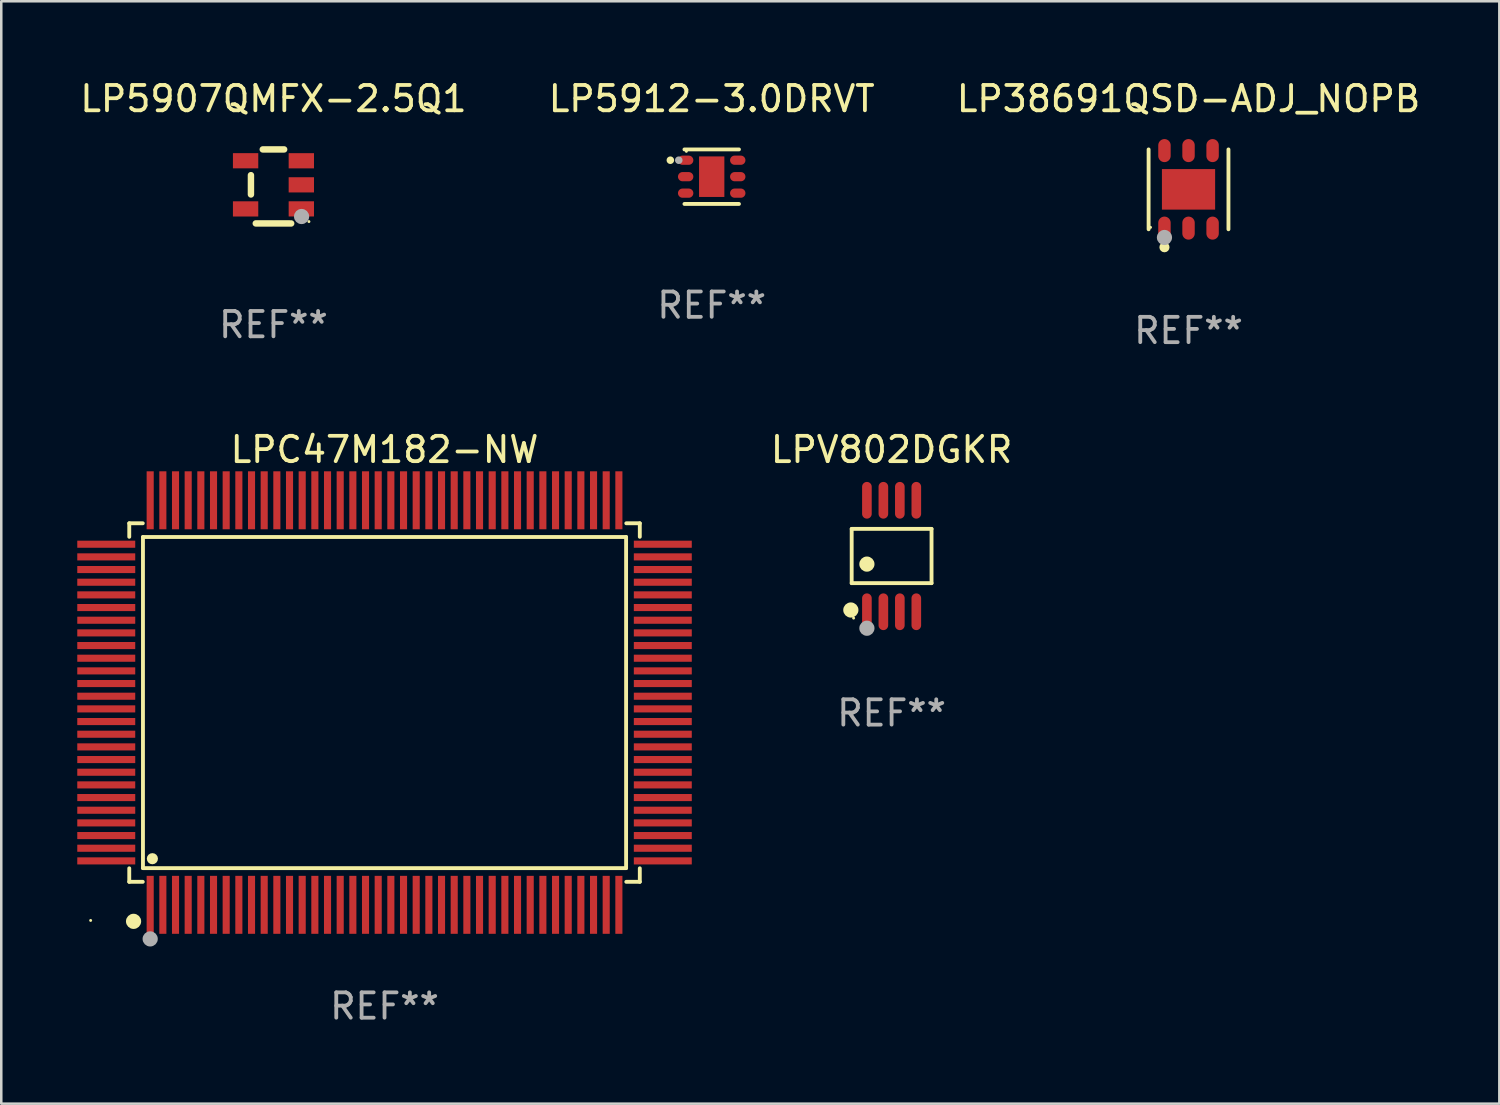
<source format=kicad_pcb>
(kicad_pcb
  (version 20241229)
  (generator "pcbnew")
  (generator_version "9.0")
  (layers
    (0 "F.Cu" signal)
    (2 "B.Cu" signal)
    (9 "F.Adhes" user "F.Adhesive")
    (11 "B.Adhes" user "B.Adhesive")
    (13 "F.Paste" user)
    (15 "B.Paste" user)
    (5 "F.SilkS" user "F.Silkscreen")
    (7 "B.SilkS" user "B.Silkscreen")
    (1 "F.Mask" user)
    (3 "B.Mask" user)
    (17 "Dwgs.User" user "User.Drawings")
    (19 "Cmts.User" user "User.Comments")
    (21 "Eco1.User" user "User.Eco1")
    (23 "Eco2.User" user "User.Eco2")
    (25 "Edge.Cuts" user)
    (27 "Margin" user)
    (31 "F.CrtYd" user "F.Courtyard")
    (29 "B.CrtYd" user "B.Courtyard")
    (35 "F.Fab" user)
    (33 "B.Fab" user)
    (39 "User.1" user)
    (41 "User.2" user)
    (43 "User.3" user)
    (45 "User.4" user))
  (footprint "LP38691QSD-ADJ_NOPB"
    (layer "F.Cu")
    (at 43.863 4.424)
    (property "Reference" "LP38691QSD-ADJ_NOPB" (at 0 -3.576 0) (layer "F.SilkS") (effects (font (size 1 1) (thickness 0.15))))
    (attr through_hole)
    (fp_line (start -1.576 1.576) (end -1.576 -1.576) (stroke (width 0.152) (type solid)) (layer "F.SilkS"))
    (fp_line (start 1.576 -1.576) (end 1.576 1.576) (stroke (width 0.152) (type solid)) (layer "F.SilkS"))
    (fp_circle (center -1.5 1.5) (end -1.47 1.5) (stroke (width 0.06) (type solid)) (fill no) (layer "F.SilkS"))
    (fp_circle (center -0.95 2.285) (end -0.85 2.285) (stroke (width 0.2) (type solid)) (fill no) (layer "F.SilkS"))
    (fp_circle (center -0.95 1.9) (end -0.8 1.9) (stroke (width 0.3) (type solid)) (fill no) (layer "F.Fab"))
    (fp_text user "REF**" (at 0 5.576 0) (layer "F.Fab") (effects (font (size 1 1) (thickness 0.15))))
    (pad "1" smd oval (at -0.95 1.53) (size 0.49 0.91) (layers "F.Cu" "F.Mask" "F.Paste"))
    (pad "2" smd oval (at 0 1.53) (size 0.49 0.91) (layers "F.Cu" "F.Mask" "F.Paste"))
    (pad "3" smd oval (at 0.95 1.53) (size 0.49 0.91) (layers "F.Cu" "F.Mask" "F.Paste"))
    (pad "4" smd oval (at 0.95 -1.53) (size 0.49 0.91) (layers "F.Cu" "F.Mask" "F.Paste"))
    (pad "5" smd oval (at 0 -1.53) (size 0.49 0.91) (layers "F.Cu" "F.Mask" "F.Paste"))
    (pad "6" smd oval (at -0.95 -1.53) (size 0.49 0.91) (layers "F.Cu" "F.Mask" "F.Paste"))
    (pad "7" smd rect (at 0 0) (size 2.1 1.6) (layers "F.Cu" "F.Mask" "F.Paste")))
  (footprint "LPV802DGKR"
    (layer "F.Cu")
    (at 32.143 18.897)
    (property "Reference" "LPV802DGKR" (at 0 -4.2 0) (layer "F.SilkS") (effects (font (size 1 1) (thickness 0.15))))
    (attr through_hole)
    (fp_line (start -1.576 -1.071) (end 1.576 -1.071) (stroke (width 0.152) (type solid)) (layer "F.SilkS"))
    (fp_line (start -1.576 1.071) (end -1.576 -1.071) (stroke (width 0.152) (type solid)) (layer "F.SilkS"))
    (fp_line (start 1.576 -1.071) (end 1.576 1.071) (stroke (width 0.152) (type solid)) (layer "F.SilkS"))
    (fp_line (start 1.576 1.071) (end -1.576 1.071) (stroke (width 0.152) (type solid)) (layer "F.SilkS"))
    (fp_circle (center -1.609 2.131) (end -1.459 2.131) (stroke (width 0.3) (type solid)) (fill no) (layer "F.SilkS"))
    (fp_circle (center -1.5 2.45) (end -1.47 2.45) (stroke (width 0.06) (type solid)) (fill no) (layer "F.SilkS"))
    (fp_circle (center -0.975 0.319) (end -0.825 0.319) (stroke (width 0.3) (type solid)) (fill no) (layer "F.SilkS"))
    (fp_circle (center -0.975 2.85) (end -0.825 2.85) (stroke (width 0.3) (type solid)) (fill no) (layer "F.Fab"))
    (fp_text user "REF**" (at 0 6.2 0) (layer "F.Fab") (effects (font (size 1 1) (thickness 0.15))))
    (pad "1" smd oval (at -0.975 2.2) (size 0.38 1.45) (layers "F.Cu" "F.Mask" "F.Paste"))
    (pad "2" smd oval (at -0.325 2.2) (size 0.38 1.45) (layers "F.Cu" "F.Mask" "F.Paste"))
    (pad "3" smd oval (at 0.325 2.2) (size 0.38 1.45) (layers "F.Cu" "F.Mask" "F.Paste"))
    (pad "4" smd oval (at 0.975 2.2) (size 0.38 1.45) (layers "F.Cu" "F.Mask" "F.Paste"))
    (pad "5" smd oval (at 0.975 -2.2) (size 0.38 1.45) (layers "F.Cu" "F.Mask" "F.Paste"))
    (pad "6" smd oval (at 0.325 -2.2) (size 0.38 1.45) (layers "F.Cu" "F.Mask" "F.Paste"))
    (pad "7" smd oval (at -0.325 -2.2) (size 0.38 1.45) (layers "F.Cu" "F.Mask" "F.Paste"))
    (pad "8" smd oval (at -0.975 -2.2) (size 0.38 1.45) (layers "F.Cu" "F.Mask" "F.Paste")))
  (footprint "LP5912-3.0DRVT"
    (layer "F.Cu")
    (at 25.042 3.924)
    (property "Reference" "LP5912-3.0DRVT" (at 0 -3.076 0) (layer "F.SilkS") (effects (font (size 1 1) (thickness 0.15))))
    (attr through_hole)
    (fp_line (start -1.076 -1.076) (end 1.076 -1.076) (stroke (width 0.152) (type solid)) (layer "F.SilkS"))
    (fp_line (start -1.076 1.076) (end 1.076 1.076) (stroke (width 0.152) (type solid)) (layer "F.SilkS"))
    (fp_circle (center -1.632 -0.65) (end -1.557 -0.65) (stroke (width 0.15) (type solid)) (fill no) (layer "F.SilkS"))
    (fp_circle (center -1 -1) (end -0.97 -1) (stroke (width 0.06) (type solid)) (fill no) (layer "F.SilkS"))
    (fp_circle (center -1.3 -0.65) (end -1.225 -0.65) (stroke (width 0.15) (type solid)) (fill no) (layer "F.Fab"))
    (fp_text user "REF**" (at 0 5.076 0) (layer "F.Fab") (effects (font (size 1 1) (thickness 0.15))))
    (pad "1" smd oval (at -1.028 -0.65 270) (size 0.364 0.607) (layers "F.Cu" "F.Mask" "F.Paste"))
    (pad "2" smd oval (at -1.028 0 270) (size 0.364 0.607) (layers "F.Cu" "F.Mask" "F.Paste"))
    (pad "3" smd oval (at -1.028 0.65 270) (size 0.364 0.607) (layers "F.Cu" "F.Mask" "F.Paste"))
    (pad "4" smd oval (at 1.028 0.65 270) (size 0.364 0.607) (layers "F.Cu" "F.Mask" "F.Paste"))
    (pad "5" smd oval (at 1.028 0 270) (size 0.364 0.607) (layers "F.Cu" "F.Mask" "F.Paste"))
    (pad "6" smd oval (at 1.028 -0.65 270) (size 0.364 0.607) (layers "F.Cu" "F.Mask" "F.Paste"))
    (pad "7" smd rect (at 0 0) (size 1 1.6) (layers "F.Cu" "F.Mask" "F.Paste")))
  (footprint "LP5907QMFX-2.5Q1"
    (layer "F.Cu")
    (at 7.744 4.309)
    (property "Reference" "LP5907QMFX-2.5Q1" (at 0 -3.461 0) (layer "F.SilkS") (effects (font (size 1 1) (thickness 0.15))))
    (attr through_hole)
    (fp_line (start -0.889 0.317) (end -0.889 -0.445) (stroke (width 0.254) (type solid)) (layer "F.SilkS"))
    (fp_line (start -0.698 1.46) (end 0.699 1.461) (stroke (width 0.254) (type solid)) (layer "F.SilkS"))
    (fp_line (start -0.422 -1.461) (end 0.422 -1.461) (stroke (width 0.254) (type solid)) (layer "F.SilkS"))
    (fp_circle (center 1.4 1.387) (end 1.43 1.387) (stroke (width 0.06) (type solid)) (fill no) (layer "F.SilkS"))
    (fp_circle (center 1.11 1.187) (end 1.26 1.187) (stroke (width 0.3) (type solid)) (fill no) (layer "F.Fab"))
    (fp_text user "REF**" (at 0 5.461 0) (layer "F.Fab") (effects (font (size 1 1) (thickness 0.15))))
    (pad "1" smd rect (at 1.1 0.886 90) (size 0.6 1) (layers "F.Cu" "F.Mask" "F.Paste"))
    (pad "2" smd rect (at 1.1 -0.063 90) (size 0.6 1) (layers "F.Cu" "F.Mask" "F.Paste"))
    (pad "3" smd rect (at 1.1 -1.013 90) (size 0.6 1) (layers "F.Cu" "F.Mask" "F.Paste"))
    (pad "4" smd rect (at -1.1 -1.014 90) (size 0.6 1) (layers "F.Cu" "F.Mask" "F.Paste"))
    (pad "5" smd rect (at -1.1 0.887 90) (size 0.6 1) (layers "F.Cu" "F.Mask" "F.Paste")))
  (footprint "LPC47M182-NW"
    (layer "F.Cu")
    (at 12.128 24.681)
    (property "Reference" "LPC47M182-NW" (at 0 -9.984 0) (layer "F.SilkS") (effects (font (size 1 1) (thickness 0.15))))
    (attr through_hole)
    (fp_line (start -10.076 -7.076) (end -10.076 -6.542) (stroke (width 0.152) (type solid)) (layer "F.SilkS"))
    (fp_line (start -10.076 7.076) (end -10.076 6.542) (stroke (width 0.152) (type solid)) (layer "F.SilkS"))
    (fp_line (start -9.542 -7.076) (end -10.076 -7.076) (stroke (width 0.152) (type solid)) (layer "F.SilkS"))
    (fp_line (start -9.542 7.076) (end -10.076 7.076) (stroke (width 0.152) (type solid)) (layer "F.SilkS"))
    (fp_line (start -9.535 -6.535) (end 9.535 -6.535) (stroke (width 0.152) (type solid)) (layer "F.SilkS"))
    (fp_line (start -9.535 6.535) (end -9.535 -6.535) (stroke (width 0.152) (type solid)) (layer "F.SilkS"))
    (fp_line (start 9.535 -6.535) (end 9.535 6.535) (stroke (width 0.152) (type solid)) (layer "F.SilkS"))
    (fp_line (start 9.535 6.535) (end -9.535 6.535) (stroke (width 0.152) (type solid)) (layer "F.SilkS"))
    (fp_line (start 9.542 -7.076) (end 10.076 -7.076) (stroke (width 0.152) (type solid)) (layer "F.SilkS"))
    (fp_line (start 9.542 7.076) (end 10.076 7.076) (stroke (width 0.152) (type solid)) (layer "F.SilkS"))
    (fp_line (start 10.076 -7.076) (end 10.076 -6.542) (stroke (width 0.152) (type solid)) (layer "F.SilkS"))
    (fp_line (start 10.076 7.076) (end 10.076 6.542) (stroke (width 0.152) (type solid)) (layer "F.SilkS"))
    (fp_circle (center -11.6 8.6) (end -11.57 8.6) (stroke (width 0.06) (type solid)) (fill no) (layer "F.SilkS"))
    (fp_circle (center -9.906 8.636) (end -9.756 8.636) (stroke (width 0.3) (type solid)) (fill no) (layer "F.SilkS"))
    (fp_circle (center -9.163 6.163) (end -9.053 6.163) (stroke (width 0.22) (type solid)) (fill no) (layer "F.SilkS"))
    (fp_circle (center -9.25 9.329) (end -9.1 9.329) (stroke (width 0.3) (type solid)) (fill no) (layer "F.Fab"))
    (fp_text user "REF**" (at 0 11.984 0) (layer "F.Fab") (effects (font (size 1 1) (thickness 0.15))))
    (pad "1" smd rect (at -9.25 7.984) (size 0.28 2.288) (layers "F.Cu" "F.Mask" "F.Paste"))
    (pad "2" smd rect (at -8.75 7.984) (size 0.28 2.288) (layers "F.Cu" "F.Mask" "F.Paste"))
    (pad "3" smd rect (at -8.25 7.984) (size 0.28 2.288) (layers "F.Cu" "F.Mask" "F.Paste"))
    (pad "4" smd rect (at -7.75 7.984) (size 0.28 2.288) (layers "F.Cu" "F.Mask" "F.Paste"))
    (pad "5" smd rect (at -7.25 7.984) (size 0.28 2.288) (layers "F.Cu" "F.Mask" "F.Paste"))
    (pad "6" smd rect (at -6.75 7.984) (size 0.28 2.288) (layers "F.Cu" "F.Mask" "F.Paste"))
    (pad "7" smd rect (at -6.25 7.984) (size 0.28 2.288) (layers "F.Cu" "F.Mask" "F.Paste"))
    (pad "8" smd rect (at -5.75 7.984) (size 0.28 2.288) (layers "F.Cu" "F.Mask" "F.Paste"))
    (pad "9" smd rect (at -5.25 7.984) (size 0.28 2.288) (layers "F.Cu" "F.Mask" "F.Paste"))
    (pad "10" smd rect (at -4.75 7.984) (size 0.28 2.288) (layers "F.Cu" "F.Mask" "F.Paste"))
    (pad "11" smd rect (at -4.25 7.984) (size 0.28 2.288) (layers "F.Cu" "F.Mask" "F.Paste"))
    (pad "12" smd rect (at -3.75 7.984) (size 0.28 2.288) (layers "F.Cu" "F.Mask" "F.Paste"))
    (pad "13" smd rect (at -3.25 7.984) (size 0.28 2.288) (layers "F.Cu" "F.Mask" "F.Paste"))
    (pad "14" smd rect (at -2.75 7.984) (size 0.28 2.288) (layers "F.Cu" "F.Mask" "F.Paste"))
    (pad "15" smd rect (at -2.25 7.984) (size 0.28 2.288) (layers "F.Cu" "F.Mask" "F.Paste"))
    (pad "16" smd rect (at -1.75 7.984) (size 0.28 2.288) (layers "F.Cu" "F.Mask" "F.Paste"))
    (pad "17" smd rect (at -1.25 7.984) (size 0.28 2.288) (layers "F.Cu" "F.Mask" "F.Paste"))
    (pad "18" smd rect (at -0.75 7.984) (size 0.28 2.288) (layers "F.Cu" "F.Mask" "F.Paste"))
    (pad "19" smd rect (at -0.25 7.984) (size 0.28 2.288) (layers "F.Cu" "F.Mask" "F.Paste"))
    (pad "20" smd rect (at 0.25 7.984) (size 0.28 2.288) (layers "F.Cu" "F.Mask" "F.Paste"))
    (pad "21" smd rect (at 0.75 7.984) (size 0.28 2.288) (layers "F.Cu" "F.Mask" "F.Paste"))
    (pad "22" smd rect (at 1.25 7.984) (size 0.28 2.288) (layers "F.Cu" "F.Mask" "F.Paste"))
    (pad "23" smd rect (at 1.75 7.984) (size 0.28 2.288) (layers "F.Cu" "F.Mask" "F.Paste"))
    (pad "24" smd rect (at 2.25 7.984) (size 0.28 2.288) (layers "F.Cu" "F.Mask" "F.Paste"))
    (pad "25" smd rect (at 2.75 7.984) (size 0.28 2.288) (layers "F.Cu" "F.Mask" "F.Paste"))
    (pad "26" smd rect (at 3.25 7.984) (size 0.28 2.288) (layers "F.Cu" "F.Mask" "F.Paste"))
    (pad "27" smd rect (at 3.75 7.984) (size 0.28 2.288) (layers "F.Cu" "F.Mask" "F.Paste"))
    (pad "28" smd rect (at 4.25 7.984) (size 0.28 2.288) (layers "F.Cu" "F.Mask" "F.Paste"))
    (pad "29" smd rect (at 4.75 7.984) (size 0.28 2.288) (layers "F.Cu" "F.Mask" "F.Paste"))
    (pad "30" smd rect (at 5.25 7.984) (size 0.28 2.288) (layers "F.Cu" "F.Mask" "F.Paste"))
    (pad "31" smd rect (at 5.75 7.984) (size 0.28 2.288) (layers "F.Cu" "F.Mask" "F.Paste"))
    (pad "32" smd rect (at 6.25 7.984) (size 0.28 2.288) (layers "F.Cu" "F.Mask" "F.Paste"))
    (pad "33" smd rect (at 6.75 7.984) (size 0.28 2.288) (layers "F.Cu" "F.Mask" "F.Paste"))
    (pad "34" smd rect (at 7.25 7.984) (size 0.28 2.288) (layers "F.Cu" "F.Mask" "F.Paste"))
    (pad "35" smd rect (at 7.75 7.984) (size 0.28 2.288) (layers "F.Cu" "F.Mask" "F.Paste"))
    (pad "36" smd rect (at 8.25 7.984) (size 0.28 2.288) (layers "F.Cu" "F.Mask" "F.Paste"))
    (pad "37" smd rect (at 8.75 7.984) (size 0.28 2.288) (layers "F.Cu" "F.Mask" "F.Paste"))
    (pad "38" smd rect (at 9.25 7.984) (size 0.28 2.288) (layers "F.Cu" "F.Mask" "F.Paste"))
    (pad "39" smd rect (at 10.984 6.25) (size 2.288 0.28) (layers "F.Cu" "F.Mask" "F.Paste"))
    (pad "40" smd rect (at 10.984 5.75) (size 2.288 0.28) (layers "F.Cu" "F.Mask" "F.Paste"))
    (pad "41" smd rect (at 10.984 5.25) (size 2.288 0.28) (layers "F.Cu" "F.Mask" "F.Paste"))
    (pad "42" smd rect (at 10.984 4.75) (size 2.288 0.28) (layers "F.Cu" "F.Mask" "F.Paste"))
    (pad "43" smd rect (at 10.984 4.25) (size 2.288 0.28) (layers "F.Cu" "F.Mask" "F.Paste"))
    (pad "44" smd rect (at 10.984 3.75) (size 2.288 0.28) (layers "F.Cu" "F.Mask" "F.Paste"))
    (pad "45" smd rect (at 10.984 3.25) (size 2.288 0.28) (layers "F.Cu" "F.Mask" "F.Paste"))
    (pad "46" smd rect (at 10.984 2.75) (size 2.288 0.28) (layers "F.Cu" "F.Mask" "F.Paste"))
    (pad "47" smd rect (at 10.984 2.25) (size 2.288 0.28) (layers "F.Cu" "F.Mask" "F.Paste"))
    (pad "48" smd rect (at 10.984 1.75) (size 2.288 0.28) (layers "F.Cu" "F.Mask" "F.Paste"))
    (pad "49" smd rect (at 10.984 1.25) (size 2.288 0.28) (layers "F.Cu" "F.Mask" "F.Paste"))
    (pad "50" smd rect (at 10.984 0.75) (size 2.288 0.28) (layers "F.Cu" "F.Mask" "F.Paste"))
    (pad "51" smd rect (at 10.984 0.25) (size 2.288 0.28) (layers "F.Cu" "F.Mask" "F.Paste"))
    (pad "52" smd rect (at 10.984 -0.25) (size 2.288 0.28) (layers "F.Cu" "F.Mask" "F.Paste"))
    (pad "53" smd rect (at 10.984 -0.75) (size 2.288 0.28) (layers "F.Cu" "F.Mask" "F.Paste"))
    (pad "54" smd rect (at 10.984 -1.25) (size 2.288 0.28) (layers "F.Cu" "F.Mask" "F.Paste"))
    (pad "55" smd rect (at 10.984 -1.75) (size 2.288 0.28) (layers "F.Cu" "F.Mask" "F.Paste"))
    (pad "56" smd rect (at 10.984 -2.25) (size 2.288 0.28) (layers "F.Cu" "F.Mask" "F.Paste"))
    (pad "57" smd rect (at 10.984 -2.75) (size 2.288 0.28) (layers "F.Cu" "F.Mask" "F.Paste"))
    (pad "58" smd rect (at 10.984 -3.25) (size 2.288 0.28) (layers "F.Cu" "F.Mask" "F.Paste"))
    (pad "59" smd rect (at 10.984 -3.75) (size 2.288 0.28) (layers "F.Cu" "F.Mask" "F.Paste"))
    (pad "60" smd rect (at 10.984 -4.25) (size 2.288 0.28) (layers "F.Cu" "F.Mask" "F.Paste"))
    (pad "61" smd rect (at 10.984 -4.75) (size 2.288 0.28) (layers "F.Cu" "F.Mask" "F.Paste"))
    (pad "62" smd rect (at 10.984 -5.25) (size 2.288 0.28) (layers "F.Cu" "F.Mask" "F.Paste"))
    (pad "63" smd rect (at 10.984 -5.75) (size 2.288 0.28) (layers "F.Cu" "F.Mask" "F.Paste"))
    (pad "64" smd rect (at 10.984 -6.25) (size 2.288 0.28) (layers "F.Cu" "F.Mask" "F.Paste"))
    (pad "65" smd rect (at 9.25 -7.984) (size 0.28 2.288) (layers "F.Cu" "F.Mask" "F.Paste"))
    (pad "66" smd rect (at 8.75 -7.984) (size 0.28 2.288) (layers "F.Cu" "F.Mask" "F.Paste"))
    (pad "67" smd rect (at 8.25 -7.984) (size 0.28 2.288) (layers "F.Cu" "F.Mask" "F.Paste"))
    (pad "68" smd rect (at 7.75 -7.984) (size 0.28 2.288) (layers "F.Cu" "F.Mask" "F.Paste"))
    (pad "69" smd rect (at 7.25 -7.984) (size 0.28 2.288) (layers "F.Cu" "F.Mask" "F.Paste"))
    (pad "70" smd rect (at 6.75 -7.984) (size 0.28 2.288) (layers "F.Cu" "F.Mask" "F.Paste"))
    (pad "71" smd rect (at 6.25 -7.984) (size 0.28 2.288) (layers "F.Cu" "F.Mask" "F.Paste"))
    (pad "72" smd rect (at 5.75 -7.984) (size 0.28 2.288) (layers "F.Cu" "F.Mask" "F.Paste"))
    (pad "73" smd rect (at 5.25 -7.984) (size 0.28 2.288) (layers "F.Cu" "F.Mask" "F.Paste"))
    (pad "74" smd rect (at 4.75 -7.984) (size 0.28 2.288) (layers "F.Cu" "F.Mask" "F.Paste"))
    (pad "75" smd rect (at 4.25 -7.984) (size 0.28 2.288) (layers "F.Cu" "F.Mask" "F.Paste"))
    (pad "76" smd rect (at 3.75 -7.984) (size 0.28 2.288) (layers "F.Cu" "F.Mask" "F.Paste"))
    (pad "77" smd rect (at 3.25 -7.984) (size 0.28 2.288) (layers "F.Cu" "F.Mask" "F.Paste"))
    (pad "78" smd rect (at 2.75 -7.984) (size 0.28 2.288) (layers "F.Cu" "F.Mask" "F.Paste"))
    (pad "79" smd rect (at 2.25 -7.984) (size 0.28 2.288) (layers "F.Cu" "F.Mask" "F.Paste"))
    (pad "80" smd rect (at 1.75 -7.984) (size 0.28 2.288) (layers "F.Cu" "F.Mask" "F.Paste"))
    (pad "81" smd rect (at 1.25 -7.984) (size 0.28 2.288) (layers "F.Cu" "F.Mask" "F.Paste"))
    (pad "82" smd rect (at 0.75 -7.984) (size 0.28 2.288) (layers "F.Cu" "F.Mask" "F.Paste"))
    (pad "83" smd rect (at 0.25 -7.984) (size 0.28 2.288) (layers "F.Cu" "F.Mask" "F.Paste"))
    (pad "84" smd rect (at -0.25 -7.984) (size 0.28 2.288) (layers "F.Cu" "F.Mask" "F.Paste"))
    (pad "85" smd rect (at -0.75 -7.984) (size 0.28 2.288) (layers "F.Cu" "F.Mask" "F.Paste"))
    (pad "86" smd rect (at -1.25 -7.984) (size 0.28 2.288) (layers "F.Cu" "F.Mask" "F.Paste"))
    (pad "87" smd rect (at -1.75 -7.984) (size 0.28 2.288) (layers "F.Cu" "F.Mask" "F.Paste"))
    (pad "88" smd rect (at -2.25 -7.984) (size 0.28 2.288) (layers "F.Cu" "F.Mask" "F.Paste"))
    (pad "89" smd rect (at -2.75 -7.984) (size 0.28 2.288) (layers "F.Cu" "F.Mask" "F.Paste"))
    (pad "90" smd rect (at -3.25 -7.984) (size 0.28 2.288) (layers "F.Cu" "F.Mask" "F.Paste"))
    (pad "91" smd rect (at -3.75 -7.984) (size 0.28 2.288) (layers "F.Cu" "F.Mask" "F.Paste"))
    (pad "92" smd rect (at -4.25 -7.984) (size 0.28 2.288) (layers "F.Cu" "F.Mask" "F.Paste"))
    (pad "93" smd rect (at -4.75 -7.984) (size 0.28 2.288) (layers "F.Cu" "F.Mask" "F.Paste"))
    (pad "94" smd rect (at -5.25 -7.984) (size 0.28 2.288) (layers "F.Cu" "F.Mask" "F.Paste"))
    (pad "95" smd rect (at -5.75 -7.984) (size 0.28 2.288) (layers "F.Cu" "F.Mask" "F.Paste"))
    (pad "96" smd rect (at -6.25 -7.984) (size 0.28 2.288) (layers "F.Cu" "F.Mask" "F.Paste"))
    (pad "97" smd rect (at -6.75 -7.984) (size 0.28 2.288) (layers "F.Cu" "F.Mask" "F.Paste"))
    (pad "98" smd rect (at -7.25 -7.984) (size 0.28 2.288) (layers "F.Cu" "F.Mask" "F.Paste"))
    (pad "99" smd rect (at -7.75 -7.984) (size 0.28 2.288) (layers "F.Cu" "F.Mask" "F.Paste"))
    (pad "100" smd rect (at -8.25 -7.984) (size 0.28 2.288) (layers "F.Cu" "F.Mask" "F.Paste"))
    (pad "101" smd rect (at -8.75 -7.984) (size 0.28 2.288) (layers "F.Cu" "F.Mask" "F.Paste"))
    (pad "102" smd rect (at -9.25 -7.984) (size 0.28 2.288) (layers "F.Cu" "F.Mask" "F.Paste"))
    (pad "103" smd rect (at -10.984 -6.25) (size 2.288 0.28) (layers "F.Cu" "F.Mask" "F.Paste"))
    (pad "104" smd rect (at -10.984 -5.75) (size 2.288 0.28) (layers "F.Cu" "F.Mask" "F.Paste"))
    (pad "105" smd rect (at -10.984 -5.25) (size 2.288 0.28) (layers "F.Cu" "F.Mask" "F.Paste"))
    (pad "106" smd rect (at -10.984 -4.75) (size 2.288 0.28) (layers "F.Cu" "F.Mask" "F.Paste"))
    (pad "107" smd rect (at -10.984 -4.25) (size 2.288 0.28) (layers "F.Cu" "F.Mask" "F.Paste"))
    (pad "108" smd rect (at -10.984 -3.75) (size 2.288 0.28) (layers "F.Cu" "F.Mask" "F.Paste"))
    (pad "109" smd rect (at -10.984 -3.25) (size 2.288 0.28) (layers "F.Cu" "F.Mask" "F.Paste"))
    (pad "110" smd rect (at -10.984 -2.75) (size 2.288 0.28) (layers "F.Cu" "F.Mask" "F.Paste"))
    (pad "111" smd rect (at -10.984 -2.25) (size 2.288 0.28) (layers "F.Cu" "F.Mask" "F.Paste"))
    (pad "112" smd rect (at -10.984 -1.75) (size 2.288 0.28) (layers "F.Cu" "F.Mask" "F.Paste"))
    (pad "113" smd rect (at -10.984 -1.25) (size 2.288 0.28) (layers "F.Cu" "F.Mask" "F.Paste"))
    (pad "114" smd rect (at -10.984 -0.75) (size 2.288 0.28) (layers "F.Cu" "F.Mask" "F.Paste"))
    (pad "115" smd rect (at -10.984 -0.25) (size 2.288 0.28) (layers "F.Cu" "F.Mask" "F.Paste"))
    (pad "116" smd rect (at -10.984 0.25) (size 2.288 0.28) (layers "F.Cu" "F.Mask" "F.Paste"))
    (pad "117" smd rect (at -10.984 0.75) (size 2.288 0.28) (layers "F.Cu" "F.Mask" "F.Paste"))
    (pad "118" smd rect (at -10.984 1.25) (size 2.288 0.28) (layers "F.Cu" "F.Mask" "F.Paste"))
    (pad "119" smd rect (at -10.984 1.75) (size 2.288 0.28) (layers "F.Cu" "F.Mask" "F.Paste"))
    (pad "120" smd rect (at -10.984 2.25) (size 2.288 0.28) (layers "F.Cu" "F.Mask" "F.Paste"))
    (pad "121" smd rect (at -10.984 2.75) (size 2.288 0.28) (layers "F.Cu" "F.Mask" "F.Paste"))
    (pad "122" smd rect (at -10.984 3.25) (size 2.288 0.28) (layers "F.Cu" "F.Mask" "F.Paste"))
    (pad "123" smd rect (at -10.984 3.75) (size 2.288 0.28) (layers "F.Cu" "F.Mask" "F.Paste"))
    (pad "124" smd rect (at -10.984 4.25) (size 2.288 0.28) (layers "F.Cu" "F.Mask" "F.Paste"))
    (pad "125" smd rect (at -10.984 4.75) (size 2.288 0.28) (layers "F.Cu" "F.Mask" "F.Paste"))
    (pad "126" smd rect (at -10.984 5.25) (size 2.288 0.28) (layers "F.Cu" "F.Mask" "F.Paste"))
    (pad "127" smd rect (at -10.984 5.75) (size 2.288 0.28) (layers "F.Cu" "F.Mask" "F.Paste"))
    (pad "128" smd rect (at -10.984 6.25) (size 2.288 0.28) (layers "F.Cu" "F.Mask" "F.Paste")))
  (gr_rect
    (start -3 -3)
    (end 56.131 40.513)
    (stroke (width 0.1) (type default))
    (fill no)
    (layer "Edge.Cuts")))
</source>
